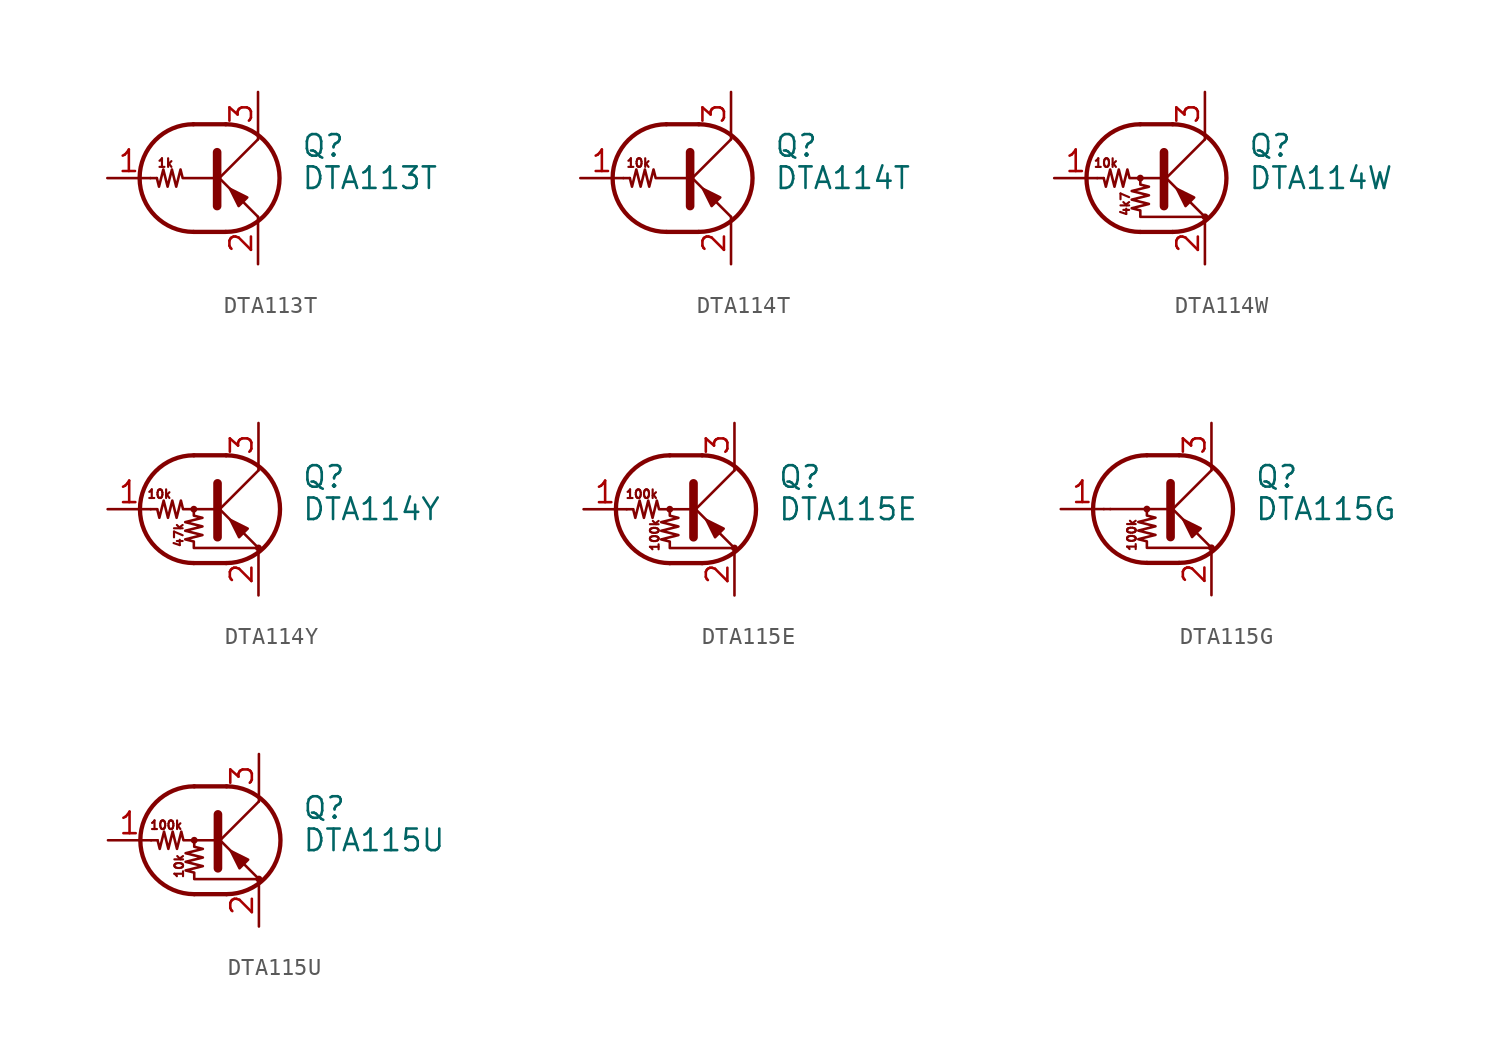
<source format=kicad_sym>
(kicad_symbol_lib
  (version 20241209)
  (generator "kicad_symbol_editor")
  (generator_version "9.0")
  (symbol "DTA113T"
    (pin_names
      (offset 0)
      (hide yes))
    (property "Reference" "Q"
      (at 5.08 1.905 0)
      (effects (font (size 1.27 1.27)) (justify left)))
    (property "Value" "DTA113T"
      (at 5.08 0 0)
      (effects (font (size 1.27 1.27)) (justify left)))
    (symbol "DTA113T_0_0"
      (polyline (pts (xy 2.54 -2.286) (xy 2.54 -2.54)) (stroke (width 0) (type default)) (fill (type none)))
      (text "1k" (at -2.921 0.889 0) (effects (font (size 0.508 0.508)))))
    (symbol "DTA113T_0_1"
      (polyline (pts (xy -3.429 0) (xy -3.81 0)) (stroke (width 0) (type default)) (fill (type none)))
      (polyline (pts (xy -1.27 3.175) (xy 0.635 3.175)) (stroke (width 0.254) (type default)) (fill (type none)))
      (polyline (pts (xy -1.27 -3.175) (xy 0.635 -3.175)) (stroke (width 0.254) (type default)) (fill (type none)))
      (arc (start -1.27 -3.175) (mid -4.4312 0) (end -1.27 3.175) (stroke (width 0.254) (type default)) (fill (type none)))
      (polyline (pts (xy 0 0) (xy -1.905 0) (xy -2.032 0.508) (xy -2.286 -0.508) (xy -2.54 0.508) (xy -2.794 -0.508) (xy -3.048 0.508) (xy -3.302 -0.508) (xy -3.429 0)) (stroke (width 0) (type default)) (fill (type none)))
      (polyline (pts (xy 0 -0.254) (xy 2.54 2.286)) (stroke (width 0) (type default)) (fill (type none)))
      (polyline (pts (xy 0.127 1.524) (xy 0.127 -1.651)) (stroke (width 0.508) (type default)) (fill (type outline)))
      (arc (start 0.635 3.175) (mid 3.7962 0) (end 0.635 -3.175) (stroke (width 0.254) (type default)) (fill (type none)))
      (polyline (pts (xy 1.397 -1.651) (xy 1.905 -1.143) (xy 0.889 -0.635) (xy 1.397 -1.651)) (stroke (width 0) (type default)) (fill (type outline)))
      (polyline (pts (xy 2.54 2.286) (xy 2.54 2.54)) (stroke (width 0) (type default)) (fill (type none)))
      (polyline (pts (xy 2.54 -2.286) (xy 0 0.254) (xy 0 0.254)) (stroke (width 0) (type default)) (fill (type none))))
    (symbol "DTA113T_1_1"
      (pin input line (at -6.35 0 0) (length 2.54) (name "B" (effects (font (size 1.27 1.27)))) (number "1" (effects (font (size 1.27 1.27)))))
      (pin passive line (at 2.54 5.08 270) (length 2.54) (name "C" (effects (font (size 1.27 1.27)))) (number "3" (effects (font (size 1.27 1.27)))))
      (pin passive line (at 2.54 -5.08 90) (length 2.54) (name "E" (effects (font (size 1.27 1.27)))) (number "2" (effects (font (size 1.27 1.27)))))))
  (symbol "DTA114T"
    (pin_names
      (offset 0)
      (hide yes))
    (property "Reference" "Q"
      (at 5.08 1.905 0)
      (effects (font (size 1.27 1.27)) (justify left)))
    (property "Value" "DTA114T"
      (at 5.08 0 0)
      (effects (font (size 1.27 1.27)) (justify left)))
    (symbol "DTA114T_0_0"
      (polyline (pts (xy 2.54 -2.286) (xy 2.54 -2.54)) (stroke (width 0) (type default)) (fill (type none)))
      (text "10k" (at -2.921 0.889 0) (effects (font (size 0.508 0.508)))))
    (symbol "DTA114T_0_1"
      (polyline (pts (xy -3.429 0) (xy -3.81 0)) (stroke (width 0) (type default)) (fill (type none)))
      (polyline (pts (xy -1.27 3.175) (xy 0.635 3.175)) (stroke (width 0.254) (type default)) (fill (type none)))
      (polyline (pts (xy -1.27 -3.175) (xy 0.635 -3.175)) (stroke (width 0.254) (type default)) (fill (type none)))
      (arc (start -1.27 -3.175) (mid -4.4312 0) (end -1.27 3.175) (stroke (width 0.254) (type default)) (fill (type none)))
      (polyline (pts (xy 0 0) (xy -1.905 0) (xy -2.032 0.508) (xy -2.286 -0.508) (xy -2.54 0.508) (xy -2.794 -0.508) (xy -3.048 0.508) (xy -3.302 -0.508) (xy -3.429 0)) (stroke (width 0) (type default)) (fill (type none)))
      (polyline (pts (xy 0 -0.254) (xy 2.54 2.286)) (stroke (width 0) (type default)) (fill (type none)))
      (polyline (pts (xy 0.127 1.524) (xy 0.127 -1.651)) (stroke (width 0.508) (type default)) (fill (type outline)))
      (arc (start 0.635 3.175) (mid 3.7962 0) (end 0.635 -3.175) (stroke (width 0.254) (type default)) (fill (type none)))
      (polyline (pts (xy 1.397 -1.651) (xy 1.905 -1.143) (xy 0.889 -0.635) (xy 1.397 -1.651)) (stroke (width 0) (type default)) (fill (type outline)))
      (polyline (pts (xy 2.54 2.286) (xy 2.54 2.54)) (stroke (width 0) (type default)) (fill (type none)))
      (polyline (pts (xy 2.54 -2.286) (xy 0 0.254) (xy 0 0.254)) (stroke (width 0) (type default)) (fill (type none))))
    (symbol "DTA114T_1_1"
      (pin input line (at -6.35 0 0) (length 2.54) (name "B" (effects (font (size 1.27 1.27)))) (number "1" (effects (font (size 1.27 1.27)))))
      (pin passive line (at 2.54 5.08 270) (length 2.54) (name "C" (effects (font (size 1.27 1.27)))) (number "3" (effects (font (size 1.27 1.27)))))
      (pin passive line (at 2.54 -5.08 90) (length 2.54) (name "E" (effects (font (size 1.27 1.27)))) (number "2" (effects (font (size 1.27 1.27)))))))
  (symbol "DTA114W"
    (pin_names
      (offset 0)
      (hide yes))
    (property "Reference" "Q"
      (at 5.08 1.905 0)
      (effects (font (size 1.27 1.27)) (justify left)))
    (property "Value" "DTA114W"
      (at 5.08 0 0)
      (effects (font (size 1.27 1.27)) (justify left)))
    (symbol "DTA114W_0_0"
      (text "10k" (at -3.302 0.889 0) (effects (font (size 0.508 0.508))))
      (text "4k7" (at -2.159 -1.524 900) (effects (font (size 0.508 0.508)))))
    (symbol "DTA114W_0_1"
      (polyline (pts (xy -3.429 0) (xy -3.81 0)) (stroke (width 0) (type default)) (fill (type none)))
      (polyline (pts (xy -1.27 3.175) (xy 0.635 3.175)) (stroke (width 0.254) (type default)) (fill (type none)))
      (circle (center -1.27 0) (radius 0.127) (stroke (width 0) (type default)) (fill (type none)))
      (polyline (pts (xy -1.27 0) (xy -1.27 -0.381) (xy -0.762 -0.508) (xy -1.778 -0.762) (xy -0.762 -1.016) (xy -1.778 -1.27) (xy -0.762 -1.524) (xy -1.778 -1.778) (xy -1.27 -1.905) (xy -1.27 -2.286) (xy 2.54 -2.286)) (stroke (width 0) (type default)) (fill (type none)))
      (polyline (pts (xy -1.27 -3.175) (xy 0.635 -3.175)) (stroke (width 0.254) (type default)) (fill (type none)))
      (arc (start -1.27 -3.175) (mid -4.4312 0) (end -1.27 3.175) (stroke (width 0.254) (type default)) (fill (type none)))
      (polyline (pts (xy 0 0) (xy -1.905 0) (xy -2.032 0.508) (xy -2.286 -0.508) (xy -2.54 0.508) (xy -2.794 -0.508) (xy -3.048 0.508) (xy -3.302 -0.508) (xy -3.429 0)) (stroke (width 0) (type default)) (fill (type none)))
      (polyline (pts (xy 0 -0.254) (xy 2.54 2.286)) (stroke (width 0) (type default)) (fill (type none)))
      (polyline (pts (xy 0.127 1.524) (xy 0.127 -1.651)) (stroke (width 0.508) (type default)) (fill (type outline)))
      (arc (start 0.635 3.175) (mid 3.7962 0) (end 0.635 -3.175) (stroke (width 0.254) (type default)) (fill (type none)))
      (polyline (pts (xy 1.397 -1.651) (xy 1.905 -1.143) (xy 0.889 -0.635) (xy 1.397 -1.651)) (stroke (width 0) (type default)) (fill (type outline)))
      (polyline (pts (xy 2.54 2.286) (xy 2.54 2.54)) (stroke (width 0) (type default)) (fill (type none)))
      (polyline (pts (xy 2.54 -2.286) (xy 0 0.254) (xy 0 0.254)) (stroke (width 0) (type default)) (fill (type none)))
      (circle (center 2.54 -2.286) (radius 0.127) (stroke (width 0) (type default)) (fill (type none))))
    (symbol "DTA114W_1_1"
      (pin input line (at -6.35 0 0) (length 2.54) (name "B" (effects (font (size 1.27 1.27)))) (number "1" (effects (font (size 1.27 1.27)))))
      (pin passive line (at 2.54 5.08 270) (length 2.54) (name "C" (effects (font (size 1.27 1.27)))) (number "3" (effects (font (size 1.27 1.27)))))
      (pin passive line (at 2.54 -5.08 90) (length 2.54) (name "E" (effects (font (size 1.27 1.27)))) (number "2" (effects (font (size 1.27 1.27)))))))
  (symbol "DTA114Y"
    (pin_names
      (offset 0)
      (hide yes))
    (property "Reference" "Q"
      (at 5.08 1.905 0)
      (effects (font (size 1.27 1.27)) (justify left)))
    (property "Value" "DTA114Y"
      (at 5.08 0 0)
      (effects (font (size 1.27 1.27)) (justify left)))
    (symbol "DTA114Y_0_0"
      (text "10k" (at -3.302 0.889 0) (effects (font (size 0.508 0.508))))
      (text "47k" (at -2.159 -1.524 900) (effects (font (size 0.508 0.508)))))
    (symbol "DTA114Y_0_1"
      (polyline (pts (xy -3.429 0) (xy -3.81 0)) (stroke (width 0) (type default)) (fill (type none)))
      (polyline (pts (xy -1.27 3.175) (xy 0.635 3.175)) (stroke (width 0.254) (type default)) (fill (type none)))
      (circle (center -1.27 0) (radius 0.127) (stroke (width 0) (type default)) (fill (type none)))
      (polyline (pts (xy -1.27 0) (xy -1.27 -0.381) (xy -0.762 -0.508) (xy -1.778 -0.762) (xy -0.762 -1.016) (xy -1.778 -1.27) (xy -0.762 -1.524) (xy -1.778 -1.778) (xy -1.27 -1.905) (xy -1.27 -2.286) (xy 2.54 -2.286)) (stroke (width 0) (type default)) (fill (type none)))
      (polyline (pts (xy -1.27 -3.175) (xy 0.635 -3.175)) (stroke (width 0.254) (type default)) (fill (type none)))
      (arc (start -1.27 -3.175) (mid -4.4312 0) (end -1.27 3.175) (stroke (width 0.254) (type default)) (fill (type none)))
      (polyline (pts (xy 0 0) (xy -1.905 0) (xy -2.032 0.508) (xy -2.286 -0.508) (xy -2.54 0.508) (xy -2.794 -0.508) (xy -3.048 0.508) (xy -3.302 -0.508) (xy -3.429 0)) (stroke (width 0) (type default)) (fill (type none)))
      (polyline (pts (xy 0 -0.254) (xy 2.54 2.286)) (stroke (width 0) (type default)) (fill (type none)))
      (polyline (pts (xy 0.127 1.524) (xy 0.127 -1.651)) (stroke (width 0.508) (type default)) (fill (type outline)))
      (arc (start 0.635 3.175) (mid 3.7962 0) (end 0.635 -3.175) (stroke (width 0.254) (type default)) (fill (type none)))
      (polyline (pts (xy 1.397 -1.651) (xy 1.905 -1.143) (xy 0.889 -0.635) (xy 1.397 -1.651)) (stroke (width 0) (type default)) (fill (type outline)))
      (polyline (pts (xy 2.54 2.286) (xy 2.54 2.54)) (stroke (width 0) (type default)) (fill (type none)))
      (polyline (pts (xy 2.54 -2.286) (xy 0 0.254) (xy 0 0.254)) (stroke (width 0) (type default)) (fill (type none)))
      (circle (center 2.54 -2.286) (radius 0.127) (stroke (width 0) (type default)) (fill (type none))))
    (symbol "DTA114Y_1_1"
      (pin input line (at -6.35 0 0) (length 2.54) (name "B" (effects (font (size 1.27 1.27)))) (number "1" (effects (font (size 1.27 1.27)))))
      (pin passive line (at 2.54 5.08 270) (length 2.54) (name "C" (effects (font (size 1.27 1.27)))) (number "3" (effects (font (size 1.27 1.27)))))
      (pin passive line (at 2.54 -5.08 90) (length 2.54) (name "E" (effects (font (size 1.27 1.27)))) (number "2" (effects (font (size 1.27 1.27)))))))
  (symbol "DTA115E"
    (pin_names
      (offset 0)
      (hide yes))
    (property "Reference" "Q"
      (at 5.08 1.905 0)
      (effects (font (size 1.27 1.27)) (justify left)))
    (property "Value" "DTA115E"
      (at 5.08 0 0)
      (effects (font (size 1.27 1.27)) (justify left)))
    (symbol "DTA115E_0_0"
      (text "100k" (at -2.921 0.889 0) (effects (font (size 0.508 0.508))))
      (text "100k" (at -2.159 -1.524 900) (effects (font (size 0.508 0.508)))))
    (symbol "DTA115E_0_1"
      (polyline (pts (xy -3.429 0) (xy -3.81 0)) (stroke (width 0) (type default)) (fill (type none)))
      (polyline (pts (xy -1.27 3.175) (xy 0.635 3.175)) (stroke (width 0.254) (type default)) (fill (type none)))
      (circle (center -1.27 0) (radius 0.127) (stroke (width 0) (type default)) (fill (type none)))
      (polyline (pts (xy -1.27 0) (xy -1.27 -0.381) (xy -0.762 -0.508) (xy -1.778 -0.762) (xy -0.762 -1.016) (xy -1.778 -1.27) (xy -0.762 -1.524) (xy -1.778 -1.778) (xy -1.27 -1.905) (xy -1.27 -2.286) (xy 2.54 -2.286)) (stroke (width 0) (type default)) (fill (type none)))
      (polyline (pts (xy -1.27 -3.175) (xy 0.635 -3.175)) (stroke (width 0.254) (type default)) (fill (type none)))
      (arc (start -1.27 -3.175) (mid -4.4312 0) (end -1.27 3.175) (stroke (width 0.254) (type default)) (fill (type none)))
      (polyline (pts (xy 0 0) (xy -1.905 0) (xy -2.032 0.508) (xy -2.286 -0.508) (xy -2.54 0.508) (xy -2.794 -0.508) (xy -3.048 0.508) (xy -3.302 -0.508) (xy -3.429 0)) (stroke (width 0) (type default)) (fill (type none)))
      (polyline (pts (xy 0 -0.254) (xy 2.54 2.286)) (stroke (width 0) (type default)) (fill (type none)))
      (polyline (pts (xy 0.127 1.524) (xy 0.127 -1.651)) (stroke (width 0.508) (type default)) (fill (type outline)))
      (arc (start 0.635 3.175) (mid 3.7962 0) (end 0.635 -3.175) (stroke (width 0.254) (type default)) (fill (type none)))
      (polyline (pts (xy 1.397 -1.651) (xy 1.905 -1.143) (xy 0.889 -0.635) (xy 1.397 -1.651)) (stroke (width 0) (type default)) (fill (type outline)))
      (polyline (pts (xy 2.54 2.286) (xy 2.54 2.54)) (stroke (width 0) (type default)) (fill (type none)))
      (polyline (pts (xy 2.54 -2.286) (xy 0 0.254) (xy 0 0.254)) (stroke (width 0) (type default)) (fill (type none)))
      (circle (center 2.54 -2.286) (radius 0.127) (stroke (width 0) (type default)) (fill (type none))))
    (symbol "DTA115E_1_1"
      (pin input line (at -6.35 0 0) (length 2.54) (name "B" (effects (font (size 1.27 1.27)))) (number "1" (effects (font (size 1.27 1.27)))))
      (pin passive line (at 2.54 5.08 270) (length 2.54) (name "C" (effects (font (size 1.27 1.27)))) (number "3" (effects (font (size 1.27 1.27)))))
      (pin passive line (at 2.54 -5.08 90) (length 2.54) (name "E" (effects (font (size 1.27 1.27)))) (number "2" (effects (font (size 1.27 1.27)))))))
  (symbol "DTA115G"
    (pin_names
      (offset 0)
      (hide yes))
    (property "Reference" "Q"
      (at 5.08 1.905 0)
      (effects (font (size 1.27 1.27)) (justify left)))
    (property "Value" "DTA115G"
      (at 5.08 0 0)
      (effects (font (size 1.27 1.27)) (justify left)))
    (symbol "DTA115G_0_0"
      (polyline (pts (xy -3.429 0) (xy 0 0)) (stroke (width 0) (type default)) (fill (type none)))
      (text "100k" (at -2.159 -1.524 900) (effects (font (size 0.508 0.508)))))
    (symbol "DTA115G_0_1"
      (polyline (pts (xy -3.429 0) (xy -3.81 0)) (stroke (width 0) (type default)) (fill (type none)))
      (polyline (pts (xy -1.27 3.175) (xy 0.635 3.175)) (stroke (width 0.254) (type default)) (fill (type none)))
      (circle (center -1.27 0) (radius 0.127) (stroke (width 0) (type default)) (fill (type none)))
      (polyline (pts (xy -1.27 0) (xy -1.27 -0.381) (xy -0.762 -0.508) (xy -1.778 -0.762) (xy -0.762 -1.016) (xy -1.778 -1.27) (xy -0.762 -1.524) (xy -1.778 -1.778) (xy -1.27 -1.905) (xy -1.27 -2.286) (xy 2.54 -2.286)) (stroke (width 0) (type default)) (fill (type none)))
      (polyline (pts (xy -1.27 -3.175) (xy 0.635 -3.175)) (stroke (width 0.254) (type default)) (fill (type none)))
      (arc (start -1.27 -3.175) (mid -4.4312 0) (end -1.27 3.175) (stroke (width 0.254) (type default)) (fill (type none)))
      (polyline (pts (xy 0 -0.254) (xy 2.54 2.286)) (stroke (width 0) (type default)) (fill (type none)))
      (polyline (pts (xy 0.127 1.524) (xy 0.127 -1.651)) (stroke (width 0.508) (type default)) (fill (type outline)))
      (arc (start 0.635 3.175) (mid 3.7962 0) (end 0.635 -3.175) (stroke (width 0.254) (type default)) (fill (type none)))
      (polyline (pts (xy 1.397 -1.651) (xy 1.905 -1.143) (xy 0.889 -0.635) (xy 1.397 -1.651)) (stroke (width 0) (type default)) (fill (type outline)))
      (polyline (pts (xy 2.54 2.286) (xy 2.54 2.54)) (stroke (width 0) (type default)) (fill (type none)))
      (polyline (pts (xy 2.54 -2.286) (xy 0 0.254) (xy 0 0.254)) (stroke (width 0) (type default)) (fill (type none)))
      (circle (center 2.54 -2.286) (radius 0.127) (stroke (width 0) (type default)) (fill (type none))))
    (symbol "DTA115G_1_1"
      (pin input line (at -6.35 0 0) (length 2.54) (name "B" (effects (font (size 1.27 1.27)))) (number "1" (effects (font (size 1.27 1.27)))))
      (pin passive line (at 2.54 5.08 270) (length 2.54) (name "C" (effects (font (size 1.27 1.27)))) (number "3" (effects (font (size 1.27 1.27)))))
      (pin passive line (at 2.54 -5.08 90) (length 2.54) (name "E" (effects (font (size 1.27 1.27)))) (number "2" (effects (font (size 1.27 1.27)))))))
  (symbol "DTA115U"
    (pin_names
      (offset 0)
      (hide yes))
    (property "Reference" "Q"
      (at 5.08 1.905 0)
      (effects (font (size 1.27 1.27)) (justify left)))
    (property "Value" "DTA115U"
      (at 5.08 0 0)
      (effects (font (size 1.27 1.27)) (justify left)))
    (symbol "DTA115U_0_0"
      (text "100k" (at -2.921 0.889 0) (effects (font (size 0.508 0.508))))
      (text "10k" (at -2.159 -1.524 900) (effects (font (size 0.508 0.508)))))
    (symbol "DTA115U_0_1"
      (polyline (pts (xy -3.429 0) (xy -3.81 0)) (stroke (width 0) (type default)) (fill (type none)))
      (polyline (pts (xy -1.27 3.175) (xy 0.635 3.175)) (stroke (width 0.254) (type default)) (fill (type none)))
      (circle (center -1.27 0) (radius 0.127) (stroke (width 0) (type default)) (fill (type none)))
      (polyline (pts (xy -1.27 0) (xy -1.27 -0.381) (xy -0.762 -0.508) (xy -1.778 -0.762) (xy -0.762 -1.016) (xy -1.778 -1.27) (xy -0.762 -1.524) (xy -1.778 -1.778) (xy -1.27 -1.905) (xy -1.27 -2.286) (xy 2.54 -2.286)) (stroke (width 0) (type default)) (fill (type none)))
      (polyline (pts (xy -1.27 -3.175) (xy 0.635 -3.175)) (stroke (width 0.254) (type default)) (fill (type none)))
      (arc (start -1.27 -3.175) (mid -4.4312 0) (end -1.27 3.175) (stroke (width 0.254) (type default)) (fill (type none)))
      (polyline (pts (xy 0 0) (xy -1.905 0) (xy -2.032 0.508) (xy -2.286 -0.508) (xy -2.54 0.508) (xy -2.794 -0.508) (xy -3.048 0.508) (xy -3.302 -0.508) (xy -3.429 0)) (stroke (width 0) (type default)) (fill (type none)))
      (polyline (pts (xy 0 -0.254) (xy 2.54 2.286)) (stroke (width 0) (type default)) (fill (type none)))
      (polyline (pts (xy 0.127 1.524) (xy 0.127 -1.651)) (stroke (width 0.508) (type default)) (fill (type outline)))
      (arc (start 0.635 3.175) (mid 3.7962 0) (end 0.635 -3.175) (stroke (width 0.254) (type default)) (fill (type none)))
      (polyline (pts (xy 1.397 -1.651) (xy 1.905 -1.143) (xy 0.889 -0.635) (xy 1.397 -1.651)) (stroke (width 0) (type default)) (fill (type outline)))
      (polyline (pts (xy 2.54 2.286) (xy 2.54 2.54)) (stroke (width 0) (type default)) (fill (type none)))
      (polyline (pts (xy 2.54 -2.286) (xy 0 0.254) (xy 0 0.254)) (stroke (width 0) (type default)) (fill (type none)))
      (circle (center 2.54 -2.286) (radius 0.127) (stroke (width 0) (type default)) (fill (type none))))
    (symbol "DTA115U_1_1"
      (pin input line (at -6.35 0 0) (length 2.54) (name "B" (effects (font (size 1.27 1.27)))) (number "1" (effects (font (size 1.27 1.27)))))
      (pin passive line (at 2.54 5.08 270) (length 2.54) (name "C" (effects (font (size 1.27 1.27)))) (number "3" (effects (font (size 1.27 1.27)))))
      (pin passive line (at 2.54 -5.08 90) (length 2.54) (name "E" (effects (font (size 1.27 1.27)))) (number "2" (effects (font (size 1.27 1.27))))))))
</source>
